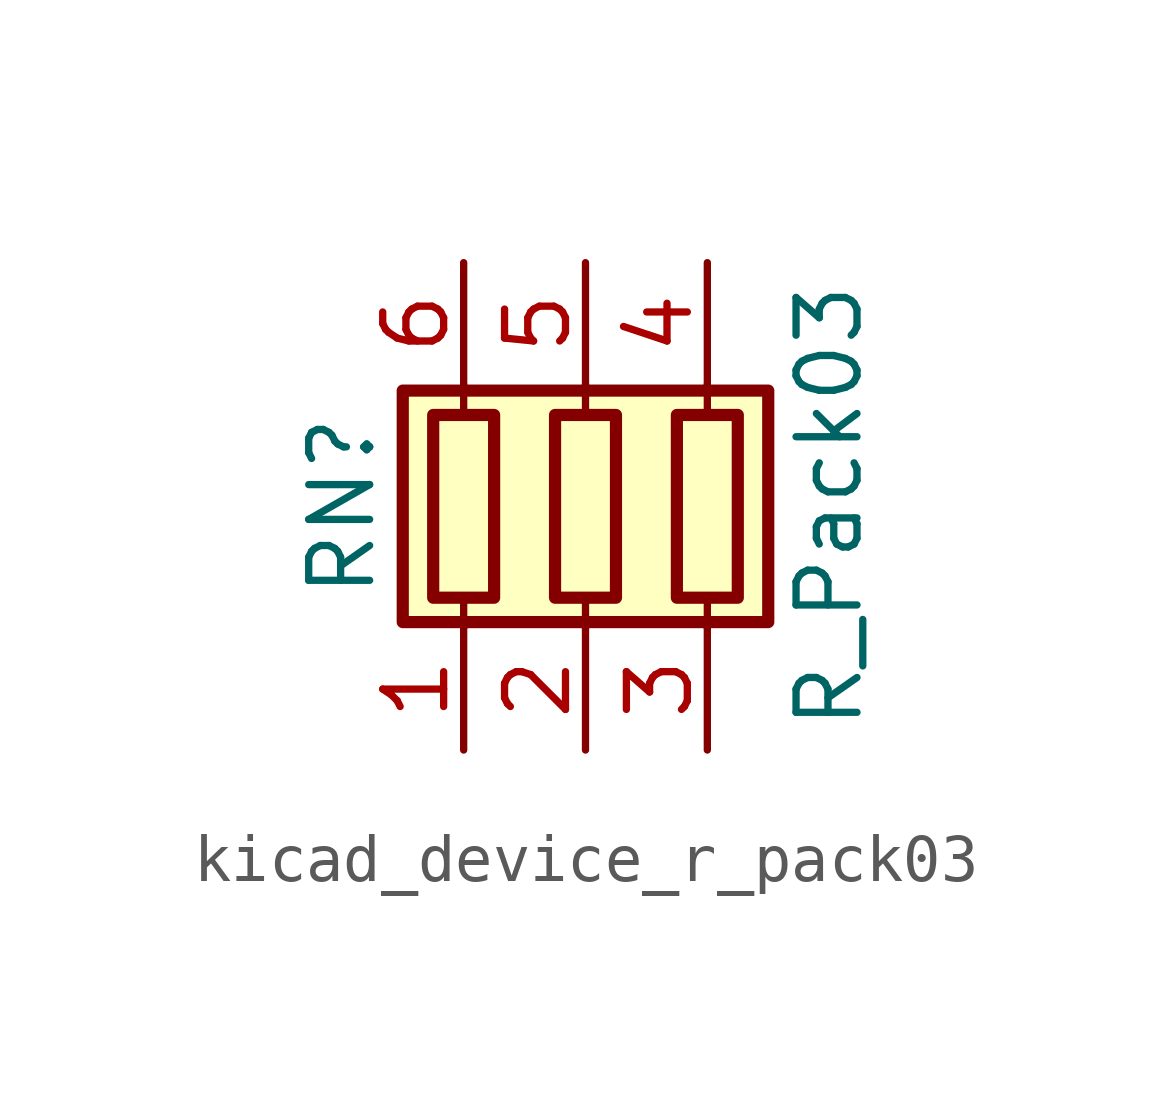
<source format=kicad_sym>
(kicad_symbol_lib
  (version 20220914)
  (generator kicad_symbol_editor)
  (symbol "kicad_device_r_pack03"
    (pin_names
      (offset 0) hide)
    (property "Reference" "RN"
      (at -5.08 0 90)
      (effects (font (size 1.27 1.27))))
    (property "Value" "R_Pack03"
      (at 5.08 0 90)
      (effects (font (size 1.27 1.27))))
    (symbol "kicad_device_r_pack03_0_1"
      (rectangle (start -3.81 -2.413) (end 3.81 2.413) (stroke (width 0.254) (type default)) (fill (type background)))
      (rectangle (start -3.175 1.905) (end -1.905 -1.905) (stroke (width 0.254) (type default)) (fill (type none)))
      (rectangle (start -0.635 1.905) (end 0.635 -1.905) (stroke (width 0.254) (type default)) (fill (type none)))
      (polyline (pts (xy -2.54 -2.54) (xy -2.54 -1.905)) (stroke (width 0) (type default)) (fill (type none)))
      (polyline (pts (xy -2.54 1.905) (xy -2.54 2.54)) (stroke (width 0) (type default)) (fill (type none)))
      (polyline (pts (xy 0 -2.54) (xy 0 -1.905)) (stroke (width 0) (type default)) (fill (type none)))
      (polyline (pts (xy 0 1.905) (xy 0 2.54)) (stroke (width 0) (type default)) (fill (type none)))
      (polyline (pts (xy 2.54 -2.54) (xy 2.54 -1.905)) (stroke (width 0) (type default)) (fill (type none)))
      (polyline (pts (xy 2.54 1.905) (xy 2.54 2.54)) (stroke (width 0) (type default)) (fill (type none)))
      (rectangle (start 1.905 1.905) (end 3.175 -1.905) (stroke (width 0.254) (type default)) (fill (type none))))
    (symbol "kicad_device_r_pack03_1_1"
      (pin passive line (at -2.54 -5.08 90) (length 2.54) (name "R1.1" (effects (font (size 1.27 1.27)))) (number "1" (effects (font (size 1.27 1.27)))))
      (pin passive line (at 0 -5.08 90) (length 2.54) (name "R2.1" (effects (font (size 1.27 1.27)))) (number "2" (effects (font (size 1.27 1.27)))))
      (pin passive line (at 2.54 -5.08 90) (length 2.54) (name "R3.1" (effects (font (size 1.27 1.27)))) (number "3" (effects (font (size 1.27 1.27)))))
      (pin passive line (at 2.54 5.08 270) (length 2.54) (name "R3.2" (effects (font (size 1.27 1.27)))) (number "4" (effects (font (size 1.27 1.27)))))
      (pin passive line (at 0 5.08 270) (length 2.54) (name "R2.2" (effects (font (size 1.27 1.27)))) (number "5" (effects (font (size 1.27 1.27)))))
      (pin passive line (at -2.54 5.08 270) (length 2.54) (name "R1.2" (effects (font (size 1.27 1.27)))) (number "6" (effects (font (size 1.27 1.27))))))))
</source>
